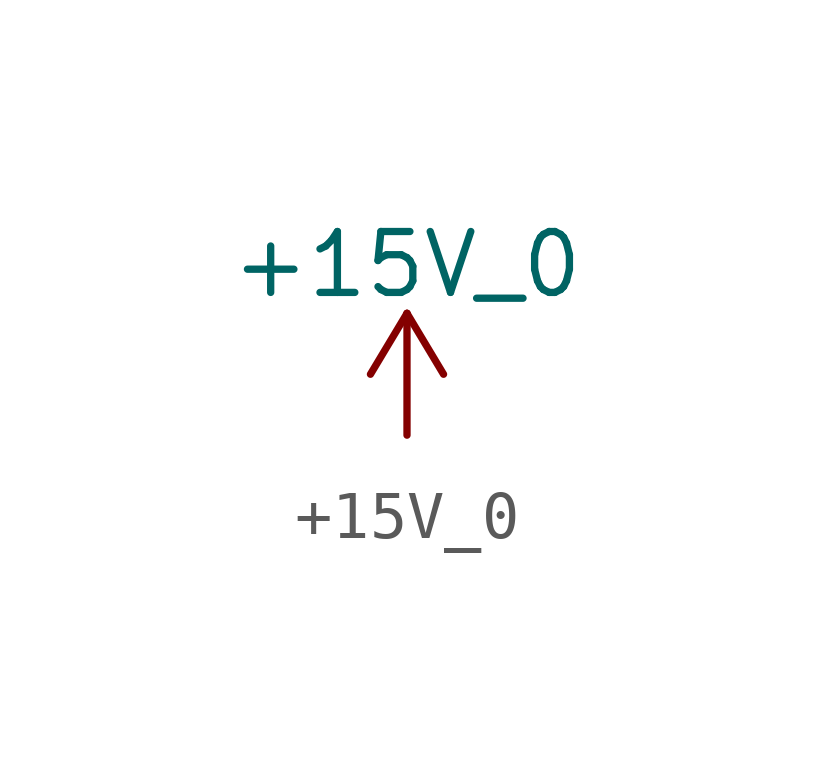
<source format=kicad_sym>
(kicad_symbol_lib
  (version 20211014)
  (generator kicad_symbol_editor)
  (symbol "+15V_0"
    (power)
    (pin_names
      (offset 0))
    (property "Reference" "#PWR"
      (at 0 -3.81 0)
      (effects (font (size 1.27 1.27)) hide))
    (property "Value" "+15V_0"
      (at 0 3.556 0)
      (effects (font (size 1.27 1.27))))
    (symbol "+15V_0_0_1"
      (polyline (pts (xy -0.762 1.27) (xy 0 2.54)) (stroke (width 0) (type default) (color 0 0 0 0)) (fill (type none)))
      (polyline (pts (xy 0 0) (xy 0 2.54)) (stroke (width 0) (type default) (color 0 0 0 0)) (fill (type none)))
      (polyline (pts (xy 0 2.54) (xy 0.762 1.27)) (stroke (width 0) (type default) (color 0 0 0 0)) (fill (type none))))
    (symbol "+15V_0_1_1"
      (pin power_in line (at 0 0 90) (length 0) hide (name "+15V_0" (effects (font (size 1.27 1.27)))) (number "1" (effects (font (size 1.27 1.27))))))))
</source>
